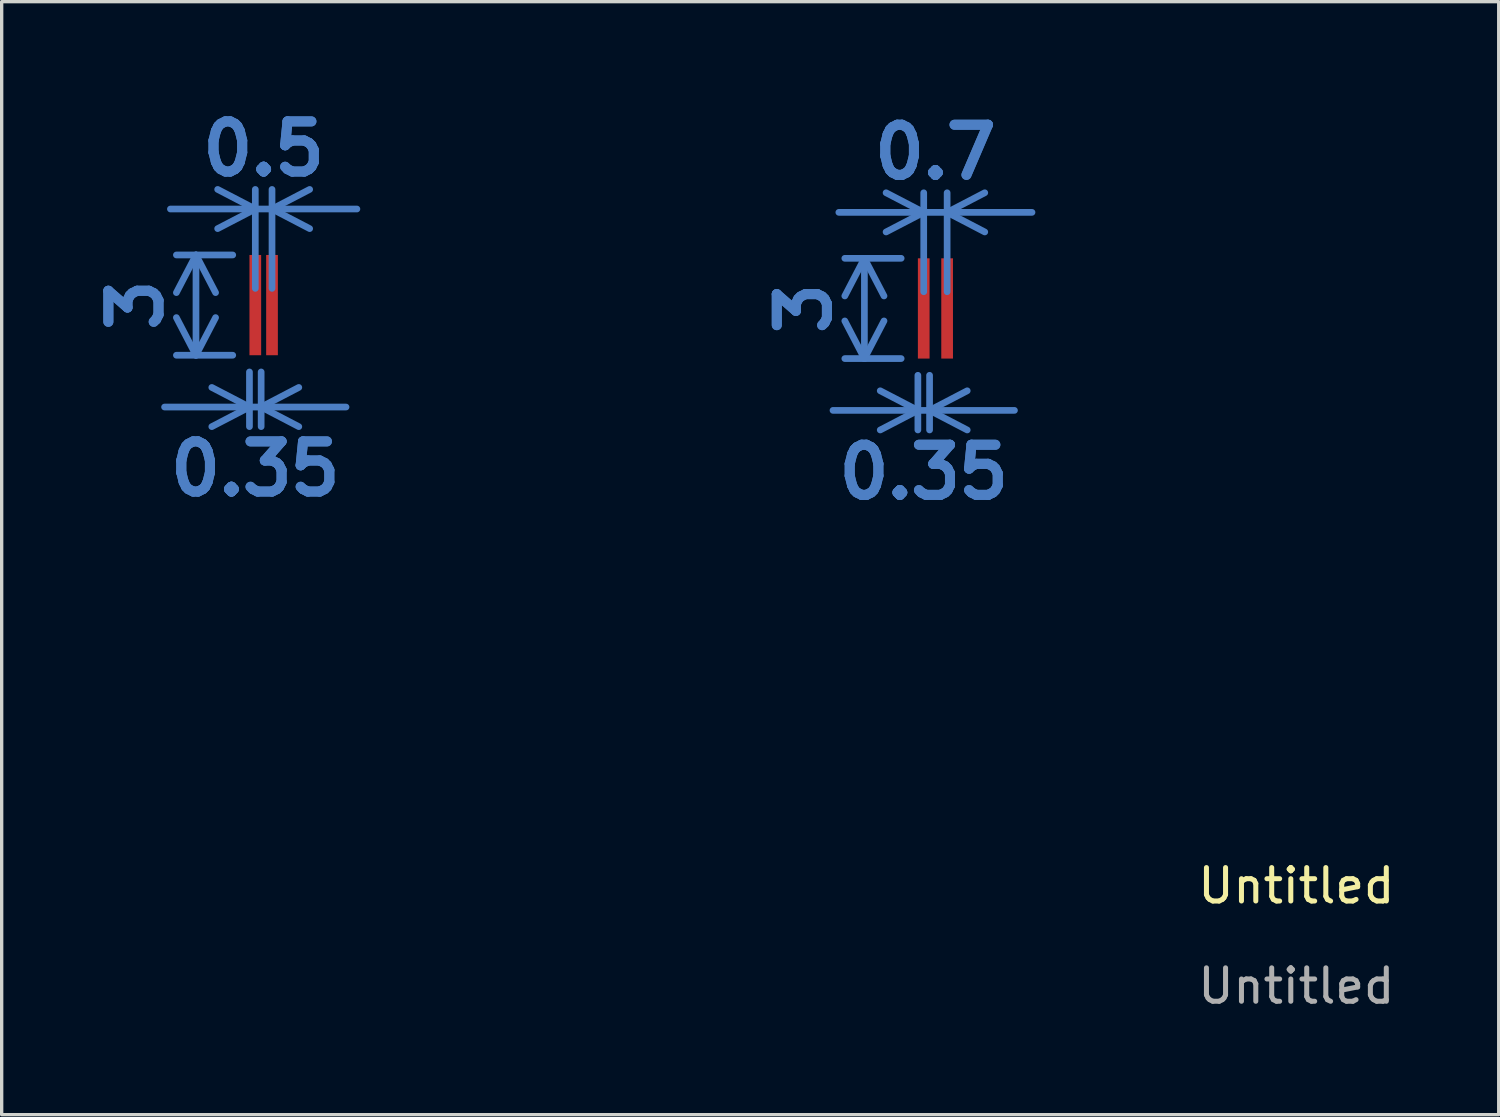
<source format=kicad_pcb>
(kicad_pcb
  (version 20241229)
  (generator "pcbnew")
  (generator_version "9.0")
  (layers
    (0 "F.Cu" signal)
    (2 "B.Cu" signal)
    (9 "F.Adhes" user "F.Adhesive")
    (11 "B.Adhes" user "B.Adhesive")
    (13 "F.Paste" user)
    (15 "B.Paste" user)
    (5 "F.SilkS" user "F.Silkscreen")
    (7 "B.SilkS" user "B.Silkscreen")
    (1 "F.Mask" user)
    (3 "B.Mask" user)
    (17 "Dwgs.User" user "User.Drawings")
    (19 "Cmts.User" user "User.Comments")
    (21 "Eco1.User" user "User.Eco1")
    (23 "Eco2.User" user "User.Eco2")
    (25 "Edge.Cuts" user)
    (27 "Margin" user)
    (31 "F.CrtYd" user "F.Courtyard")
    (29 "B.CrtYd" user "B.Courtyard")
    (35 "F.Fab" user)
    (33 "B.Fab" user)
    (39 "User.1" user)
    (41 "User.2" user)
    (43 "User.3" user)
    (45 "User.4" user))
  (footprint "Untitled"
    (layer "F.Cu")
    (at 35.739 23.954)
    (property "Reference" "Untitled" (at 0 -0.5 0) (unlocked yes) (layer "F.SilkS") (effects (font (size 1 1) (thickness 0.15))))
    (attr smd)
    (fp_text user "${REFERENCE}" (at 0 2.5 0) (unlocked yes) (layer "F.Fab") (effects (font (size 1 1) (thickness 0.15))))
    (dimension (type orthogonal) (layer "B.Cu") (pts (xy 24.414 7.679) (xy 24.414 4.679)) (height -1.6) (orientation 1) (format (prefix "") (suffix "") (units 3) (units_format 0) (precision 4) (suppress_zeroes yes)) (style (thickness 0.2) (arrow_length 1.27) (text_position_mode 0) (arrow_direction outward) (extension_height 0.586) (extension_offset 0.5) (keep_text_aligned yes)) (gr_text "3" (at 21.014 6.179 90) (layer "B.Cu") (effects (font (size 1.5 1.5) (thickness 0.3)))))
    (dimension (type orthogonal) (layer "B.Cu") (pts (xy 24.589 6.179) (xy 25.289 6.179)) (height -2.875) (orientation 0) (format (prefix "") (suffix "") (units 3) (units_format 0) (precision 4) (suppress_zeroes yes)) (style (thickness 0.2) (arrow_length 1.27) (text_position_mode 0) (arrow_direction inward) (extension_height 0.586) (extension_offset 0.5) (keep_text_aligned yes)) (gr_text "0.7" (at 24.939 1.504 0) (layer "B.Cu") (effects (font (size 1.5 1.5) (thickness 0.3)))))
    (dimension (type orthogonal) (layer "B.Cu") (pts (xy 4.414 7.579) (xy 4.764 7.579)) (height 1.55) (orientation 0) (format (prefix "") (suffix "") (units 3) (units_format 0) (precision 4) (suppress_zeroes yes)) (style (thickness 0.2) (arrow_length 1.27) (text_position_mode 2) (arrow_direction inward) (extension_height 0.586) (extension_offset 0.5) (keep_text_aligned yes)) (gr_text "0.35" (at 4.589 10.979 0) (layer "B.Cu") (effects (font (size 1.5 1.5) (thickness 0.3)))))
    (dimension (type orthogonal) (layer "B.Cu") (pts (xy 4.589 6.079) (xy 5.089 6.079)) (height -2.875) (orientation 0) (format (prefix "") (suffix "") (units 3) (units_format 0) (precision 4) (suppress_zeroes yes)) (style (thickness 0.2) (arrow_length 1.27) (text_position_mode 0) (arrow_direction inward) (extension_height 0.586) (extension_offset 0.5) (keep_text_aligned yes)) (gr_text "0.5" (at 4.839 1.404 0) (layer "B.Cu") (effects (font (size 1.5 1.5) (thickness 0.3)))))
    (dimension (type orthogonal) (layer "B.Cu") (pts (xy 4.414 7.579) (xy 4.414 4.579)) (height -1.6) (orientation 1) (format (prefix "") (suffix "") (units 3) (units_format 0) (precision 4) (suppress_zeroes yes)) (style (thickness 0.2) (arrow_length 1.27) (text_position_mode 0) (arrow_direction outward) (extension_height 0.586) (extension_offset 0.5) (keep_text_aligned yes)) (gr_text "3" (at 1.014 6.079 90) (layer "B.Cu") (effects (font (size 1.5 1.5) (thickness 0.3)))))
    (dimension (type orthogonal) (layer "B.Cu") (pts (xy 24.414 7.679) (xy 24.764 7.679)) (height 1.55) (orientation 0) (format (prefix "") (suffix "") (units 3) (units_format 0) (precision 4) (suppress_zeroes yes)) (style (thickness 0.2) (arrow_length 1.27) (text_position_mode 2) (arrow_direction inward) (extension_height 0.586) (extension_offset 0.5) (keep_text_aligned yes)) (gr_text "0.35" (at 24.589 11.079 0) (layer "B.Cu") (effects (font (size 1.5 1.5) (thickness 0.3)))))
    (pad "" smd rect (at -31.15 -17.875 270) (size 3 0.35) (layers "F.Cu" "F.Mask" "F.Paste"))
    (pad "" smd rect (at -30.65 -17.875 270) (size 3 0.35) (layers "F.Cu" "F.Mask" "F.Paste"))
    (pad "" smd rect (at -11.15 -17.775 270) (size 3 0.35) (layers "F.Cu" "F.Mask" "F.Paste"))
    (pad "" smd rect (at -10.45 -17.775 270) (size 3 0.35) (layers "F.Cu" "F.Mask" "F.Paste")))
  (gr_rect
    (start -3 -3)
    (end 41.793 30.302)
    (stroke (width 0.1) (type default))
    (fill no)
    (layer "Edge.Cuts")))
</source>
